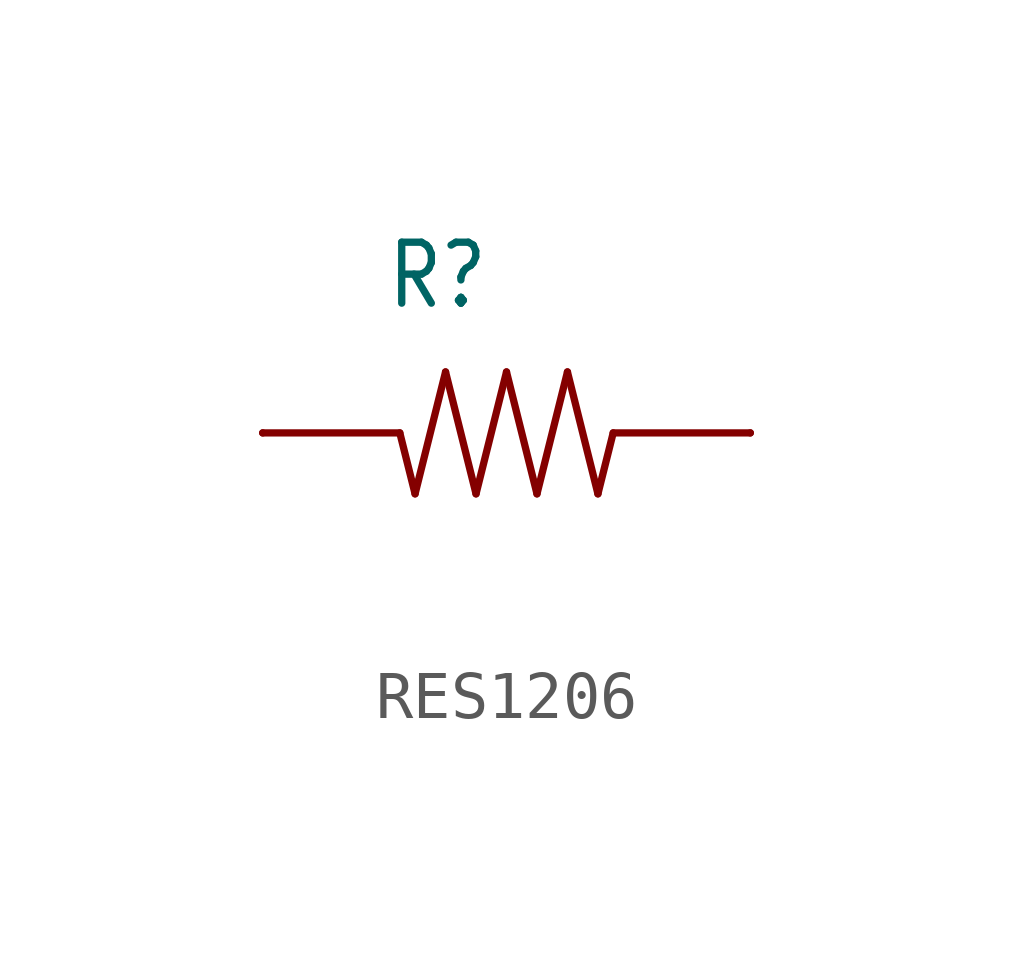
<source format=kicad_sym>
(kicad_symbol_lib
  (version 20231120)
  (generator "kicad_symbol_editor")
  (generator_version "8.0")
  (symbol "RES1206"
    (property "Reference" "R"
      (at -2.54 2.54 0)
      (effects (font (size 1.27 1.079)) (justify left bottom)))
    (property "Value" ""
      (at -2.54 -3.81 0)
      (effects (font (size 1.27 1.079)) (justify left bottom)))
    (property "ki_locked" ""
      (at 0 0 0)
      (effects (font (size 1.27 1.27))))
    (symbol "RES1206_1_0"
      (polyline (pts (xy -2.223 0) (xy -5.08 0)) (stroke (width 0.152) (type solid)) (fill (type none)))
      (polyline (pts (xy -1.905 -1.27) (xy -2.223 0)) (stroke (width 0.152) (type solid)) (fill (type none)))
      (polyline (pts (xy -1.905 -1.27) (xy -1.27 1.27)) (stroke (width 0.152) (type solid)) (fill (type none)))
      (polyline (pts (xy -0.635 -1.27) (xy -1.27 1.27)) (stroke (width 0.152) (type solid)) (fill (type none)))
      (polyline (pts (xy -0.635 -1.27) (xy 0 1.27)) (stroke (width 0.152) (type solid)) (fill (type none)))
      (polyline (pts (xy 0 1.27) (xy 0.635 -1.27)) (stroke (width 0.152) (type solid)) (fill (type none)))
      (polyline (pts (xy 0.635 -1.27) (xy 1.27 1.27)) (stroke (width 0.152) (type solid)) (fill (type none)))
      (polyline (pts (xy 1.27 1.27) (xy 1.905 -1.27)) (stroke (width 0.152) (type solid)) (fill (type none)))
      (polyline (pts (xy 1.905 -1.27) (xy 2.223 0)) (stroke (width 0.152) (type solid)) (fill (type none)))
      (polyline (pts (xy 2.223 0) (xy 5.08 0)) (stroke (width 0.152) (type solid)) (fill (type none)))
      (pin passive line (at -5.08 0 0) (length 0) (name "P$1" (effects (font (size 0 0)))) (number "1" (effects (font (size 0 0)))))
      (pin passive line (at 5.08 0 180) (length 0) (name "P$2" (effects (font (size 0 0)))) (number "2" (effects (font (size 0 0))))))))
</source>
